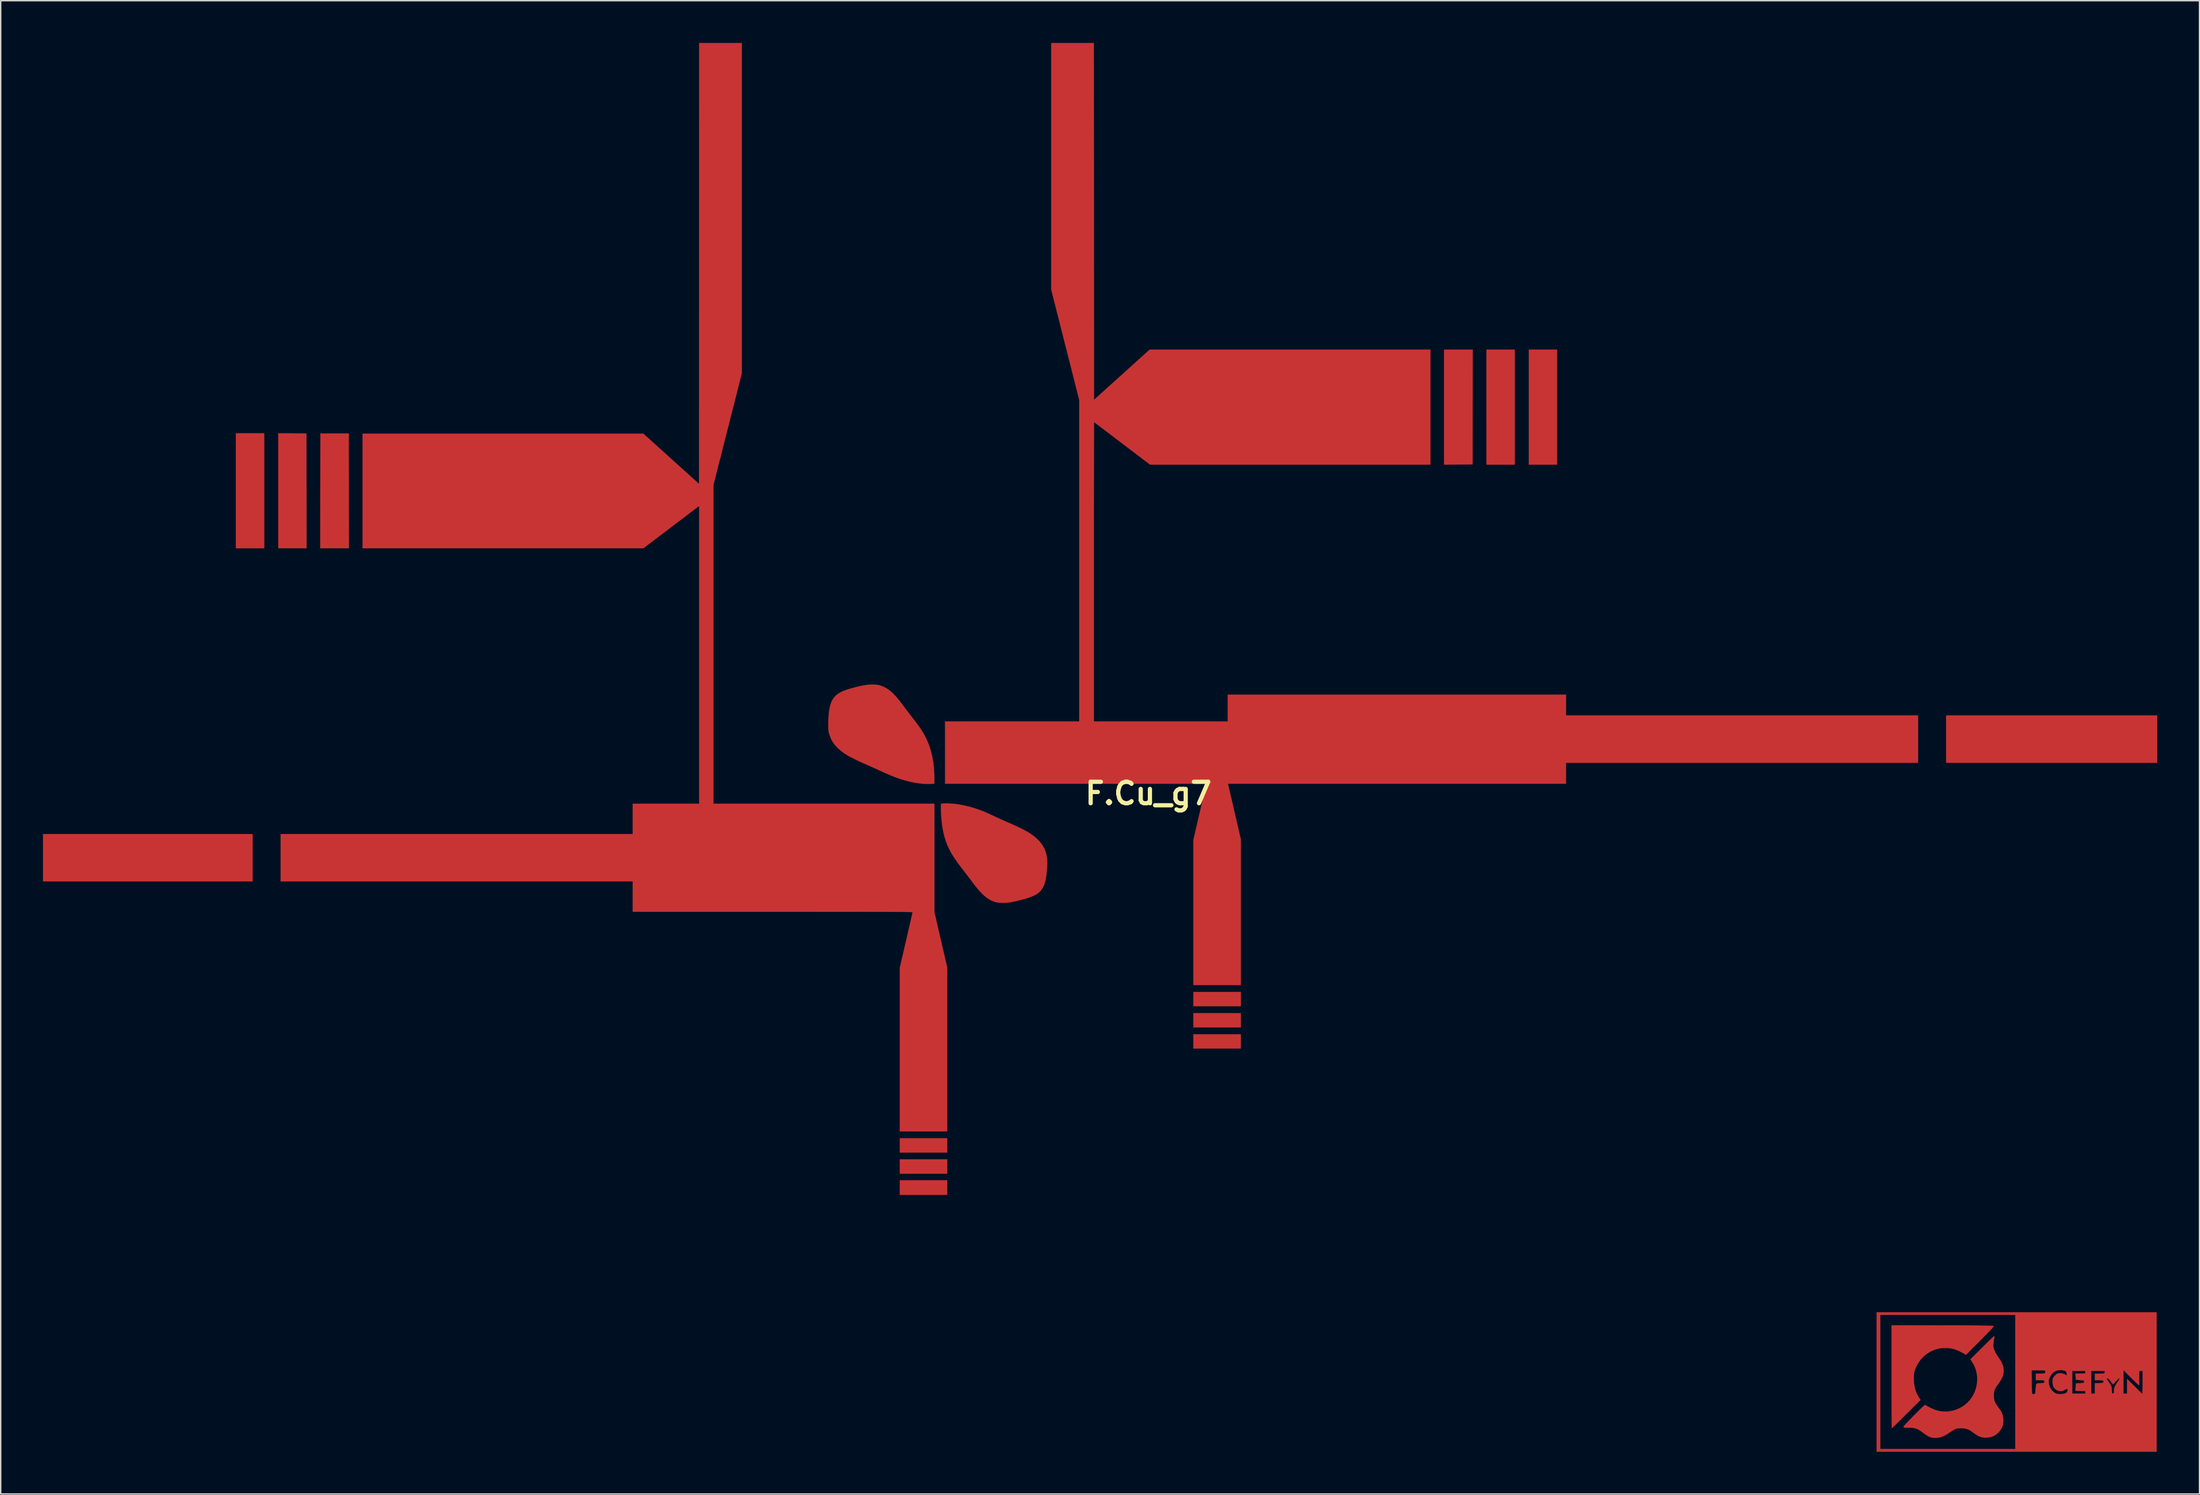
<source format=kicad_pcb>
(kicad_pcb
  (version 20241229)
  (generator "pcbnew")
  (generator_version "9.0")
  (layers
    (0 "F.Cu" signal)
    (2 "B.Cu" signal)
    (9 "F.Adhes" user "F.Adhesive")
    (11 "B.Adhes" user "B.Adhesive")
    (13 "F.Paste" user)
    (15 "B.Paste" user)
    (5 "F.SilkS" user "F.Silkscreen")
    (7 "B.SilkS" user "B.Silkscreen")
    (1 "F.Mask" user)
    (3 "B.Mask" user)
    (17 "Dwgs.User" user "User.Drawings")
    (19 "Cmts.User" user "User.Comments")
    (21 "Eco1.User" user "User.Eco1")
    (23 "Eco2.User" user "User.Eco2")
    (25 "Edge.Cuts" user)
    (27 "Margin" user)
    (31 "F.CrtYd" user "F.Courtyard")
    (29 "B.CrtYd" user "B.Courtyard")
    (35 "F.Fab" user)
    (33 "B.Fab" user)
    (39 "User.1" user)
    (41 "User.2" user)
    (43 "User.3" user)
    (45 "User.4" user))
  (footprint "F.Cu_g7"
    (layer "F.Cu")
    (at 78.491 53.324)
    (property "Reference" "F.Cu_g7" (at 0 0 0) (layer "F.SilkS") (effects (font (size 1.524 1.524) (thickness 0.3))))
    (attr through_hole)
    (fp_poly (pts (xy -63.606 6.244) (xy -78.486 6.244) (xy -78.486 2.879) (xy -63.606 2.879) (xy -63.606 6.244)) (stroke (width 0.01) (type solid)) (fill yes) (layer "F.Cu"))
    (fp_poly (pts (xy -62.78 -17.42) (xy -64.791 -17.42) (xy -64.791 -25.59) (xy -62.78 -25.59) (xy -62.78 -17.42)) (stroke (width 0.01) (type solid)) (fill yes) (layer "F.Cu"))
    (fp_poly (pts (xy -14.287 25.506) (xy -17.653 25.506) (xy -17.653 24.49) (xy -14.287 24.49) (xy -14.287 25.506)) (stroke (width 0.01) (type solid)) (fill yes) (layer "F.Cu"))
    (fp_poly (pts (xy -14.287 27.009) (xy -17.653 27.009) (xy -17.653 25.993) (xy -14.287 25.993) (xy -14.287 27.009)) (stroke (width 0.01) (type solid)) (fill yes) (layer "F.Cu"))
    (fp_poly (pts (xy -14.287 28.512) (xy -17.653 28.512) (xy -17.653 27.474) (xy -14.287 27.474) (xy -14.287 28.512)) (stroke (width 0.01) (type solid)) (fill yes) (layer "F.Cu"))
    (fp_poly (pts (xy 6.562 15.113) (xy 3.196 15.113) (xy 3.196 14.097) (xy 6.562 14.097) (xy 6.562 15.113)) (stroke (width 0.01) (type solid)) (fill yes) (layer "F.Cu"))
    (fp_poly (pts (xy 6.562 16.616) (xy 3.196 16.616) (xy 3.196 15.6) (xy 6.562 15.6) (xy 6.562 16.616)) (stroke (width 0.01) (type solid)) (fill yes) (layer "F.Cu"))
    (fp_poly (pts (xy 6.562 18.119) (xy 3.196 18.119) (xy 3.196 17.103) (xy 6.562 17.103) (xy 6.562 18.119)) (stroke (width 0.01) (type solid)) (fill yes) (layer "F.Cu"))
    (fp_poly (pts (xy 26.014 -23.368) (xy 24.003 -23.368) (xy 24.003 -31.538) (xy 26.014 -31.538) (xy 26.014 -23.368)) (stroke (width 0.01) (type solid)) (fill yes) (layer "F.Cu"))
    (fp_poly (pts (xy 29.02 -23.368) (xy 27.009 -23.368) (xy 27.009 -31.538) (xy 29.02 -31.538) (xy 29.02 -23.368)) (stroke (width 0.01) (type solid)) (fill yes) (layer "F.Cu"))
    (fp_poly (pts (xy 71.628 -2.18) (xy 56.642 -2.18) (xy 56.642 -5.546) (xy 71.628 -5.546) (xy 71.628 -2.18)) (stroke (width 0.01) (type solid)) (fill yes) (layer "F.Cu"))
    (fp_poly (pts (xy -59.785 -25.58) (xy -59.78 -21.5) (xy -59.775 -17.42) (xy -61.785 -17.42) (xy -61.785 -25.591) (xy -59.785 -25.58)) (stroke (width 0.01) (type solid)) (fill yes) (layer "F.Cu"))
    (fp_poly (pts (xy -56.774 -21.5) (xy -56.769 -17.42) (xy -58.801 -17.42) (xy -58.796 -21.5) (xy -58.79 -25.58) (xy -56.78 -25.58) (xy -56.774 -21.5)) (stroke (width 0.01) (type solid)) (fill yes) (layer "F.Cu"))
    (fp_poly (pts (xy 23.024 -27.458) (xy 23.019 -23.379) (xy 22.008 -23.373) (xy 20.997 -23.368) (xy 20.997 -31.538) (xy 23.029 -31.538) (xy 23.024 -27.458)) (stroke (width 0.01) (type solid)) (fill yes) (layer "F.Cu"))
    (fp_poly (pts (xy -3.868 -40.643) (xy -3.863 -27.968) (xy -1.885 -29.753) (xy 0.092 -31.538) (xy 20.024 -31.538) (xy 20.024 -23.368) (xy 0.115 -23.368) (xy -1.863 -24.873) (xy -2.119 -25.067) (xy -2.365 -25.254) (xy -2.6 -25.433) (xy -2.821 -25.601) (xy -3.027 -25.757) (xy -3.214 -25.9) (xy -3.382 -26.027) (xy -3.528 -26.138) (xy -3.65 -26.23) (xy -3.746 -26.303) (xy -3.814 -26.354) (xy -3.851 -26.382) (xy -3.858 -26.387) (xy -3.859 -26.367) (xy -3.86 -26.306) (xy -3.861 -26.204) (xy -3.862 -26.065) (xy -3.862 -25.888) (xy -3.863 -25.675) (xy -3.864 -25.427) (xy -3.865 -25.145) (xy -3.866 -24.832) (xy -3.867 -24.487) (xy -3.867 -24.113) (xy -3.868 -23.711) (xy -3.869 -23.281) (xy -3.869 -22.825) (xy -3.87 -22.344) (xy -3.871 -21.841) (xy -3.871 -21.315) (xy -3.872 -20.768) (xy -3.872 -20.201) (xy -3.872 -19.617) (xy -3.873 -19.015) (xy -3.873 -18.397) (xy -3.873 -17.765) (xy -3.873 -17.119) (xy -3.873 -16.462) (xy -3.873 -15.793) (xy -3.873 -5.122) (xy 5.63 -5.122) (xy 5.63 -7.027) (xy 29.654 -7.027) (xy 29.654 -5.546) (xy 54.652 -5.546) (xy 54.652 -2.18) (xy 29.654 -2.18) (xy 29.654 -0.699) (xy 5.647 -0.699) (xy 5.659 -0.651) (xy 5.665 -0.624) (xy 5.68 -0.558) (xy 5.704 -0.458) (xy 5.735 -0.324) (xy 5.772 -0.162) (xy 5.816 0.027) (xy 5.865 0.24) (xy 5.919 0.473) (xy 5.977 0.724) (xy 6.039 0.99) (xy 6.103 1.267) (xy 6.116 1.324) (xy 6.562 3.252) (xy 6.562 13.61) (xy 3.196 13.61) (xy 3.197 3.291) (xy 3.659 1.296) (xy 4.121 -0.699) (xy -14.436 -0.699) (xy -14.436 -5.122) (xy -4.911 -5.122) (xy -4.911 -27.962) (xy -6.9 -35.806) (xy -6.9 -53.319) (xy -3.874 -53.319) (xy -3.868 -40.643)) (stroke (width 0.01) (type solid)) (fill yes) (layer "F.Cu"))
    (fp_poly (pts (xy -28.871 -29.849) (xy -29.877 -25.887) (xy -30.882 -21.925) (xy -30.882 0.72) (xy -15.198 0.72) (xy -15.198 8.417) (xy -14.743 10.382) (xy -14.287 12.348) (xy -14.287 24.003) (xy -17.653 24.003) (xy -17.653 12.39) (xy -17.198 10.424) (xy -17.133 10.142) (xy -17.07 9.872) (xy -17.012 9.617) (xy -16.957 9.378) (xy -16.907 9.16) (xy -16.862 8.965) (xy -16.824 8.795) (xy -16.792 8.655) (xy -16.767 8.546) (xy -16.751 8.471) (xy -16.743 8.434) (xy -16.743 8.431) (xy -16.749 8.428) (xy -16.769 8.426) (xy -16.802 8.424) (xy -16.851 8.422) (xy -16.916 8.421) (xy -16.999 8.419) (xy -17.099 8.418) (xy -17.219 8.416) (xy -17.359 8.415) (xy -17.521 8.413) (xy -17.704 8.412) (xy -17.911 8.411) (xy -18.143 8.41) (xy -18.399 8.409) (xy -18.682 8.408) (xy -18.992 8.408) (xy -19.331 8.407) (xy -19.699 8.406) (xy -20.097 8.406) (xy -20.526 8.405) (xy -20.988 8.405) (xy -21.484 8.404) (xy -22.013 8.404) (xy -22.578 8.404) (xy -23.18 8.404) (xy -23.819 8.403) (xy -24.496 8.403) (xy -25.213 8.403) (xy -25.97 8.403) (xy -26.681 8.403) (xy -36.618 8.403) (xy -36.618 6.244) (xy -61.616 6.244) (xy -61.616 2.879) (xy -36.618 2.879) (xy -36.618 0.72) (xy -31.898 0.72) (xy -31.898 -20.429) (xy -31.956 -20.387) (xy -31.981 -20.369) (xy -32.036 -20.327) (xy -32.121 -20.263) (xy -32.234 -20.178) (xy -32.371 -20.074) (xy -32.53 -19.953) (xy -32.711 -19.816) (xy -32.909 -19.665) (xy -33.124 -19.502) (xy -33.353 -19.328) (xy -33.593 -19.146) (xy -33.843 -18.956) (xy -33.939 -18.883) (xy -35.863 -17.42) (xy -55.795 -17.42) (xy -55.795 -25.569) (xy -35.865 -25.569) (xy -33.887 -23.784) (xy -31.909 -21.999) (xy -31.903 -37.659) (xy -31.898 -53.319) (xy -28.871 -53.319) (xy -28.871 -29.849)) (stroke (width 0.01) (type solid)) (fill yes) (layer "F.Cu"))
    (fp_poly (pts (xy 55.991 37.784) (xy 56.504 37.784) (xy 56.976 37.785) (xy 57.408 37.786) (xy 57.801 37.787) (xy 58.158 37.788) (xy 58.479 37.79) (xy 58.765 37.792) (xy 59.018 37.794) (xy 59.239 37.797) (xy 59.43 37.8) (xy 59.592 37.803) (xy 59.726 37.807) (xy 59.833 37.811) (xy 59.914 37.816) (xy 59.972 37.82) (xy 60.007 37.826) (xy 60.021 37.831) (xy 60.024 37.841) (xy 60.017 37.858) (xy 60 37.885) (xy 59.97 37.924) (xy 59.925 37.976) (xy 59.863 38.043) (xy 59.783 38.128) (xy 59.683 38.232) (xy 59.56 38.357) (xy 59.414 38.506) (xy 59.242 38.68) (xy 59.041 38.882) (xy 58.982 38.942) (xy 58.05 39.878) (xy 57.849 39.758) (xy 57.559 39.606) (xy 57.266 39.49) (xy 57.136 39.452) (xy 56.988 39.422) (xy 56.814 39.403) (xy 56.625 39.394) (xy 56.436 39.396) (xy 56.26 39.409) (xy 56.134 39.429) (xy 55.833 39.512) (xy 55.552 39.632) (xy 55.293 39.787) (xy 55.059 39.975) (xy 54.851 40.194) (xy 54.671 40.443) (xy 54.522 40.72) (xy 54.491 40.791) (xy 54.439 40.922) (xy 54.401 41.037) (xy 54.374 41.147) (xy 54.358 41.264) (xy 54.35 41.4) (xy 54.348 41.565) (xy 54.348 41.582) (xy 54.363 41.89) (xy 54.405 42.17) (xy 54.476 42.429) (xy 54.578 42.672) (xy 54.712 42.906) (xy 54.724 42.923) (xy 54.828 43.08) (xy 53.823 44.082) (xy 53.652 44.253) (xy 53.489 44.414) (xy 53.338 44.564) (xy 53.199 44.699) (xy 53.077 44.818) (xy 52.974 44.919) (xy 52.891 44.998) (xy 52.832 45.053) (xy 52.799 45.081) (xy 52.793 45.085) (xy 52.79 45.075) (xy 52.787 45.044) (xy 52.784 44.99) (xy 52.782 44.913) (xy 52.779 44.81) (xy 52.777 44.68) (xy 52.776 44.523) (xy 52.774 44.336) (xy 52.773 44.119) (xy 52.772 43.869) (xy 52.771 43.586) (xy 52.77 43.268) (xy 52.769 42.913) (xy 52.769 42.521) (xy 52.769 42.09) (xy 52.769 41.618) (xy 52.769 41.434) (xy 52.769 37.782) (xy 55.991 37.784)) (stroke (width 0.01) (type solid)) (fill yes) (layer "F.Cu"))
    (fp_poly (pts (xy -19.411 -7.741) (xy -19.207 -7.715) (xy -19.015 -7.669) (xy -18.833 -7.601) (xy -18.658 -7.513) (xy -18.486 -7.405) (xy -18.468 -7.392) (xy -18.343 -7.298) (xy -18.222 -7.197) (xy -18.101 -7.083) (xy -17.977 -6.952) (xy -17.844 -6.8) (xy -17.701 -6.623) (xy -17.542 -6.417) (xy -17.42 -6.255) (xy -17.32 -6.12) (xy -17.202 -5.965) (xy -17.076 -5.799) (xy -16.95 -5.635) (xy -16.833 -5.485) (xy -16.806 -5.45) (xy -16.616 -5.206) (xy -16.451 -4.988) (xy -16.307 -4.791) (xy -16.182 -4.61) (xy -16.072 -4.441) (xy -15.974 -4.278) (xy -15.884 -4.116) (xy -15.798 -3.949) (xy -15.761 -3.873) (xy -15.593 -3.483) (xy -15.456 -3.076) (xy -15.349 -2.649) (xy -15.27 -2.198) (xy -15.22 -1.722) (xy -15.199 -1.217) (xy -15.198 -1.068) (xy -15.198 -0.704) (xy -15.296 -0.691) (xy -15.374 -0.684) (xy -15.483 -0.681) (xy -15.613 -0.68) (xy -15.753 -0.682) (xy -15.892 -0.687) (xy -16.02 -0.694) (xy -16.108 -0.701) (xy -16.529 -0.758) (xy -16.953 -0.843) (xy -17.385 -0.958) (xy -17.828 -1.103) (xy -18.287 -1.28) (xy -18.766 -1.49) (xy -18.847 -1.528) (xy -18.979 -1.589) (xy -19.139 -1.662) (xy -19.317 -1.743) (xy -19.504 -1.827) (xy -19.687 -1.908) (xy -19.833 -1.973) (xy -20.157 -2.116) (xy -20.444 -2.246) (xy -20.698 -2.365) (xy -20.922 -2.475) (xy -21.121 -2.577) (xy -21.297 -2.674) (xy -21.454 -2.767) (xy -21.595 -2.858) (xy -21.723 -2.949) (xy -21.791 -3) (xy -22.036 -3.21) (xy -22.241 -3.426) (xy -22.408 -3.653) (xy -22.539 -3.894) (xy -22.633 -4.138) (xy -22.668 -4.257) (xy -22.694 -4.368) (xy -22.713 -4.481) (xy -22.724 -4.603) (xy -22.73 -4.743) (xy -22.731 -4.909) (xy -22.727 -5.096) (xy -22.713 -5.435) (xy -22.687 -5.736) (xy -22.648 -6.002) (xy -22.597 -6.236) (xy -22.532 -6.44) (xy -22.452 -6.619) (xy -22.357 -6.774) (xy -22.263 -6.891) (xy -22.147 -7.003) (xy -22.01 -7.104) (xy -21.848 -7.198) (xy -21.657 -7.286) (xy -21.433 -7.37) (xy -21.171 -7.451) (xy -21.113 -7.468) (xy -20.756 -7.564) (xy -20.433 -7.64) (xy -20.141 -7.696) (xy -19.875 -7.731) (xy -19.633 -7.746) (xy -19.411 -7.741)) (stroke (width 0.01) (type solid)) (fill yes) (layer "F.Cu"))
    (fp_poly (pts (xy -13.962 0.716) (xy -13.645 0.75) (xy -13.313 0.802) (xy -12.973 0.872) (xy -12.631 0.957) (xy -12.294 1.058) (xy -12.075 1.133) (xy -11.914 1.192) (xy -11.762 1.251) (xy -11.61 1.313) (xy -11.45 1.383) (xy -11.271 1.464) (xy -11.066 1.559) (xy -11.03 1.576) (xy -10.909 1.632) (xy -10.758 1.701) (xy -10.589 1.778) (xy -10.409 1.859) (xy -10.228 1.939) (xy -10.065 2.011) (xy -9.744 2.153) (xy -9.46 2.281) (xy -9.209 2.398) (xy -8.987 2.507) (xy -8.791 2.607) (xy -8.617 2.703) (xy -8.462 2.795) (xy -8.323 2.885) (xy -8.197 2.976) (xy -8.079 3.069) (xy -7.966 3.167) (xy -7.892 3.235) (xy -7.682 3.456) (xy -7.512 3.685) (xy -7.38 3.925) (xy -7.285 4.179) (xy -7.23 4.411) (xy -7.207 4.552) (xy -7.192 4.682) (xy -7.184 4.811) (xy -7.183 4.951) (xy -7.188 5.113) (xy -7.196 5.26) (xy -7.217 5.542) (xy -7.242 5.787) (xy -7.273 6) (xy -7.31 6.187) (xy -7.355 6.352) (xy -7.409 6.501) (xy -7.449 6.593) (xy -7.538 6.757) (xy -7.643 6.9) (xy -7.767 7.025) (xy -7.916 7.136) (xy -8.094 7.236) (xy -8.306 7.329) (xy -8.541 7.413) (xy -8.7 7.462) (xy -8.887 7.515) (xy -9.092 7.569) (xy -9.301 7.621) (xy -9.502 7.667) (xy -9.684 7.706) (xy -9.797 7.727) (xy -9.96 7.749) (xy -10.14 7.762) (xy -10.324 7.767) (xy -10.501 7.763) (xy -10.658 7.75) (xy -10.763 7.733) (xy -10.96 7.679) (xy -11.151 7.601) (xy -11.339 7.497) (xy -11.527 7.366) (xy -11.718 7.204) (xy -11.913 7.01) (xy -12.115 6.781) (xy -12.327 6.517) (xy -12.484 6.308) (xy -12.569 6.193) (xy -12.671 6.056) (xy -12.784 5.909) (xy -12.897 5.762) (xy -13.002 5.626) (xy -13.007 5.62) (xy -13.232 5.33) (xy -13.43 5.068) (xy -13.605 4.828) (xy -13.757 4.607) (xy -13.891 4.4) (xy -14.008 4.204) (xy -14.11 4.014) (xy -14.202 3.827) (xy -14.284 3.638) (xy -14.359 3.444) (xy -14.368 3.418) (xy -14.484 3.053) (xy -14.578 2.655) (xy -14.65 2.227) (xy -14.7 1.773) (xy -14.727 1.296) (xy -14.732 0.992) (xy -14.732 0.724) (xy -14.52 0.709) (xy -14.256 0.702) (xy -13.962 0.716)) (stroke (width 0.01) (type solid)) (fill yes) (layer "F.Cu"))
    (fp_poly (pts (xy 60.065 38.541) (xy 60.066 38.571) (xy 60.061 38.635) (xy 60.051 38.724) (xy 60.036 38.831) (xy 60.028 38.887) (xy 60.009 39.016) (xy 59.998 39.112) (xy 59.992 39.186) (xy 59.993 39.247) (xy 59.999 39.306) (xy 60.006 39.35) (xy 60.049 39.502) (xy 60.126 39.676) (xy 60.237 39.871) (xy 60.369 40.069) (xy 60.499 40.266) (xy 60.597 40.445) (xy 60.666 40.613) (xy 60.708 40.778) (xy 60.726 40.945) (xy 60.727 40.997) (xy 60.718 41.16) (xy 60.689 41.313) (xy 60.638 41.465) (xy 60.56 41.622) (xy 60.454 41.791) (xy 60.35 41.937) (xy 60.24 42.089) (xy 60.157 42.221) (xy 60.098 42.342) (xy 60.06 42.459) (xy 60.038 42.582) (xy 60.029 42.72) (xy 60.029 42.766) (xy 60.033 42.913) (xy 60.05 43.042) (xy 60.082 43.161) (xy 60.132 43.279) (xy 60.204 43.404) (xy 60.301 43.547) (xy 60.358 43.624) (xy 60.428 43.719) (xy 60.492 43.809) (xy 60.544 43.886) (xy 60.577 43.94) (xy 60.582 43.949) (xy 60.642 44.1) (xy 60.684 44.276) (xy 60.706 44.464) (xy 60.707 44.649) (xy 60.685 44.819) (xy 60.666 44.896) (xy 60.585 45.088) (xy 60.467 45.269) (xy 60.319 45.432) (xy 60.182 45.545) (xy 60.032 45.638) (xy 59.88 45.702) (xy 59.715 45.741) (xy 59.542 45.757) (xy 59.366 45.757) (xy 59.206 45.737) (xy 59.054 45.694) (xy 58.901 45.625) (xy 58.74 45.528) (xy 58.58 45.413) (xy 58.487 45.345) (xy 58.395 45.282) (xy 58.315 45.231) (xy 58.262 45.201) (xy 58.087 45.136) (xy 57.885 45.098) (xy 57.662 45.089) (xy 57.625 45.09) (xy 57.519 45.096) (xy 57.439 45.106) (xy 57.37 45.124) (xy 57.297 45.152) (xy 57.257 45.171) (xy 57.175 45.213) (xy 57.074 45.274) (xy 56.967 45.342) (xy 56.887 45.398) (xy 56.659 45.549) (xy 56.442 45.661) (xy 56.231 45.736) (xy 56.023 45.774) (xy 55.814 45.778) (xy 55.721 45.769) (xy 55.609 45.749) (xy 55.504 45.718) (xy 55.399 45.673) (xy 55.286 45.61) (xy 55.158 45.525) (xy 55.014 45.419) (xy 54.855 45.302) (xy 54.716 45.213) (xy 54.588 45.147) (xy 54.461 45.102) (xy 54.325 45.073) (xy 54.171 45.058) (xy 53.99 45.053) (xy 53.965 45.053) (xy 53.824 45.052) (xy 53.722 45.048) (xy 53.656 45.039) (xy 53.622 45.02) (xy 53.618 44.991) (xy 53.64 44.949) (xy 53.685 44.891) (xy 53.714 44.857) (xy 53.762 44.803) (xy 53.835 44.725) (xy 53.929 44.626) (xy 54.04 44.511) (xy 54.162 44.386) (xy 54.291 44.255) (xy 54.422 44.122) (xy 54.551 43.992) (xy 54.673 43.871) (xy 54.783 43.762) (xy 54.877 43.67) (xy 54.95 43.6) (xy 54.975 43.577) (xy 55.139 43.429) (xy 55.282 43.514) (xy 55.575 43.67) (xy 55.86 43.787) (xy 56.138 43.866) (xy 56.414 43.906) (xy 56.691 43.91) (xy 56.819 43.899) (xy 57.125 43.844) (xy 57.415 43.752) (xy 57.686 43.624) (xy 57.936 43.463) (xy 58.161 43.272) (xy 58.359 43.051) (xy 58.528 42.805) (xy 58.665 42.535) (xy 58.767 42.243) (xy 58.78 42.197) (xy 58.832 41.92) (xy 58.852 41.634) (xy 58.839 41.351) (xy 58.793 41.081) (xy 58.77 40.994) (xy 58.728 40.858) (xy 58.684 40.742) (xy 58.633 40.631) (xy 58.567 40.511) (xy 58.5 40.4) (xy 58.371 40.191) (xy 59.213 39.352) (xy 59.395 39.171) (xy 59.559 39.009) (xy 59.703 38.869) (xy 59.825 38.752) (xy 59.924 38.659) (xy 59.997 38.592) (xy 60.045 38.552) (xy 60.065 38.541) (xy 60.065 38.541)) (stroke (width 0.01) (type solid)) (fill yes) (layer "F.Cu"))
    (fp_poly (pts (xy 71.586 46.757) (xy 51.71 46.757) (xy 51.71 37.042) (xy 51.964 37.042) (xy 51.964 46.567) (xy 61.553 46.567) (xy 61.553 40.979) (xy 62.712 40.979) (xy 62.72 41.806) (xy 62.723 42.02) (xy 62.725 42.195) (xy 62.728 42.336) (xy 62.731 42.446) (xy 62.737 42.529) (xy 62.744 42.588) (xy 62.754 42.629) (xy 62.767 42.653) (xy 62.784 42.666) (xy 62.806 42.671) (xy 62.832 42.672) (xy 62.845 42.672) (xy 62.904 42.661) (xy 62.939 42.643) (xy 62.956 42.625) (xy 62.968 42.596) (xy 62.978 42.547) (xy 62.986 42.472) (xy 62.993 42.364) (xy 62.995 42.328) (xy 63.003 42.217) (xy 63.013 42.118) (xy 63.023 42.039) (xy 63.032 41.991) (xy 63.034 41.986) (xy 63.06 41.943) (xy 63.105 41.914) (xy 63.175 41.897) (xy 63.278 41.89) (xy 63.341 41.889) (xy 63.46 41.886) (xy 63.542 41.876) (xy 63.593 41.857) (xy 63.62 41.826) (xy 63.627 41.783) (xy 63.627 41.781) (xy 63.923 41.781) (xy 63.942 41.965) (xy 63.995 42.14) (xy 64.077 42.3) (xy 64.187 42.439) (xy 64.318 42.551) (xy 64.468 42.631) (xy 64.502 42.643) (xy 64.599 42.662) (xy 64.721 42.668) (xy 64.852 42.662) (xy 64.978 42.646) (xy 65.082 42.618) (xy 65.104 42.609) (xy 65.183 42.569) (xy 65.23 42.526) (xy 65.251 42.467) (xy 65.257 42.381) (xy 65.257 42.379) (xy 65.257 42.274) (xy 65.076 42.367) (xy 64.983 42.413) (xy 64.913 42.441) (xy 64.852 42.455) (xy 64.787 42.46) (xy 64.768 42.46) (xy 64.633 42.44) (xy 64.501 42.384) (xy 64.384 42.298) (xy 64.289 42.189) (xy 64.258 42.136) (xy 64.233 42.061) (xy 64.214 41.958) (xy 64.202 41.842) (xy 64.2 41.725) (xy 64.207 41.623) (xy 64.22 41.56) (xy 64.255 41.491) (xy 64.315 41.41) (xy 64.388 41.33) (xy 64.464 41.262) (xy 64.503 41.235) (xy 64.616 41.19) (xy 64.749 41.178) (xy 64.895 41.199) (xy 65.047 41.252) (xy 65.095 41.275) (xy 65.219 41.338) (xy 65.204 41.216) (xy 65.191 41.144) (xy 65.172 41.085) (xy 65.159 41.061) (xy 65.113 41.031) (xy 65.088 41.021) (xy 65.596 41.021) (xy 65.596 42.63) (xy 66.529 42.63) (xy 66.523 42.54) (xy 66.516 42.45) (xy 65.823 42.438) (xy 65.838 42.179) (xy 65.845 42.079) (xy 65.851 41.996) (xy 65.857 41.938) (xy 65.861 41.913) (xy 65.861 41.913) (xy 65.884 41.909) (xy 65.94 41.903) (xy 66.022 41.897) (xy 66.122 41.89) (xy 66.131 41.89) (xy 66.233 41.883) (xy 66.321 41.875) (xy 66.386 41.867) (xy 66.417 41.859) (xy 66.418 41.859) (xy 66.435 41.829) (xy 66.442 41.781) (xy 66.438 41.746) (xy 66.423 41.72) (xy 66.389 41.702) (xy 66.332 41.689) (xy 66.245 41.679) (xy 66.122 41.671) (xy 66.106 41.67) (xy 66.01 41.664) (xy 65.931 41.659) (xy 65.878 41.654) (xy 65.859 41.651) (xy 65.855 41.629) (xy 65.85 41.574) (xy 65.843 41.495) (xy 65.838 41.429) (xy 65.823 41.213) (xy 66.17 41.207) (xy 66.516 41.201) (xy 66.523 41.111) (xy 66.529 41.021) (xy 66.95 41.021) (xy 66.95 42.63) (xy 67.204 42.63) (xy 67.204 41.889) (xy 67.453 41.887) (xy 67.583 41.885) (xy 67.677 41.88) (xy 67.741 41.871) (xy 67.781 41.856) (xy 67.803 41.834) (xy 67.812 41.802) (xy 67.814 41.787) (xy 67.813 41.747) (xy 67.796 41.718) (xy 67.758 41.698) (xy 67.694 41.685) (xy 67.599 41.679) (xy 67.467 41.677) (xy 67.457 41.677) (xy 67.204 41.677) (xy 67.204 41.571) (xy 68.045 41.571) (xy 68.053 41.596) (xy 68.078 41.639) (xy 68.123 41.708) (xy 68.165 41.77) (xy 68.245 41.89) (xy 68.305 41.984) (xy 68.347 42.061) (xy 68.374 42.128) (xy 68.39 42.193) (xy 68.399 42.266) (xy 68.404 42.344) (xy 68.41 42.459) (xy 68.417 42.538) (xy 68.426 42.588) (xy 68.44 42.616) (xy 68.46 42.628) (xy 68.483 42.63) (xy 69.236 42.63) (xy 69.49 42.63) (xy 69.49 41.582) (xy 70.025 42.116) (xy 70.148 42.24) (xy 70.263 42.353) (xy 70.365 42.453) (xy 70.45 42.536) (xy 70.516 42.599) (xy 70.559 42.638) (xy 70.575 42.651) (xy 70.578 42.63) (xy 70.582 42.572) (xy 70.585 42.481) (xy 70.587 42.361) (xy 70.589 42.217) (xy 70.59 42.053) (xy 70.591 41.875) (xy 70.591 41.836) (xy 70.591 41.021) (xy 70.358 41.021) (xy 70.358 41.525) (xy 70.357 41.668) (xy 70.356 41.795) (xy 70.353 41.903) (xy 70.35 41.984) (xy 70.346 42.033) (xy 70.343 42.045) (xy 70.325 42.034) (xy 70.281 41.996) (xy 70.214 41.934) (xy 70.127 41.852) (xy 70.025 41.753) (xy 69.909 41.64) (xy 69.784 41.516) (xy 69.782 41.514) (xy 69.236 40.968) (xy 69.236 42.63) (xy 68.483 42.63) (xy 68.527 42.617) (xy 68.546 42.596) (xy 68.553 42.558) (xy 68.557 42.493) (xy 68.559 42.43) (xy 68.563 42.336) (xy 68.577 42.251) (xy 68.605 42.166) (xy 68.65 42.072) (xy 68.715 41.961) (xy 68.789 41.849) (xy 68.849 41.756) (xy 68.901 41.675) (xy 68.939 41.613) (xy 68.959 41.576) (xy 68.961 41.57) (xy 68.944 41.553) (xy 68.927 41.55) (xy 68.897 41.561) (xy 68.852 41.597) (xy 68.789 41.659) (xy 68.706 41.75) (xy 68.626 41.842) (xy 68.572 41.903) (xy 68.527 41.949) (xy 68.499 41.972) (xy 68.495 41.974) (xy 68.476 41.957) (xy 68.44 41.913) (xy 68.391 41.848) (xy 68.347 41.786) (xy 68.272 41.683) (xy 68.212 41.613) (xy 68.161 41.571) (xy 68.114 41.553) (xy 68.072 41.554) (xy 68.053 41.559) (xy 68.045 41.571) (xy 67.204 41.571) (xy 67.204 41.212) (xy 67.52 41.212) (xy 67.634 41.211) (xy 67.734 41.208) (xy 67.812 41.205) (xy 67.86 41.201) (xy 67.869 41.199) (xy 67.895 41.168) (xy 67.903 41.103) (xy 67.903 41.021) (xy 66.95 41.021) (xy 66.529 41.021) (xy 65.596 41.021) (xy 65.088 41.021) (xy 65.038 41.002) (xy 64.944 40.978) (xy 64.846 40.962) (xy 64.767 40.958) (xy 64.634 40.97) (xy 64.49 41.006) (xy 64.357 41.058) (xy 64.347 41.064) (xy 64.236 41.141) (xy 64.133 41.257) (xy 64.037 41.414) (xy 64.017 41.451) (xy 63.973 41.544) (xy 63.945 41.614) (xy 63.93 41.674) (xy 63.924 41.737) (xy 63.923 41.781) (xy 63.627 41.781) (xy 63.621 41.744) (xy 63.601 41.715) (xy 63.56 41.696) (xy 63.493 41.684) (xy 63.395 41.679) (xy 63.266 41.677) (xy 63.013 41.677) (xy 63.013 41.212) (xy 63.315 41.211) (xy 63.425 41.21) (xy 63.52 41.207) (xy 63.593 41.203) (xy 63.634 41.197) (xy 63.64 41.195) (xy 63.663 41.162) (xy 63.677 41.108) (xy 63.682 41.051) (xy 63.674 41.008) (xy 63.666 40.997) (xy 63.637 40.992) (xy 63.573 40.987) (xy 63.479 40.983) (xy 63.363 40.981) (xy 63.23 40.979) (xy 63.175 40.979) (xy 62.712 40.979) (xy 61.553 40.979) (xy 61.553 37.042) (xy 51.964 37.042) (xy 51.71 37.042) (xy 51.71 36.851) (xy 71.586 36.851) (xy 71.586 46.757)) (stroke (width 0.01) (type solid)) (fill yes) (layer "F.Cu")))
  (gr_rect
    (start -3 -3)
    (end 153.124 103.086)
    (stroke (width 0.1) (type default))
    (fill no)
    (layer "Edge.Cuts")))
</source>
